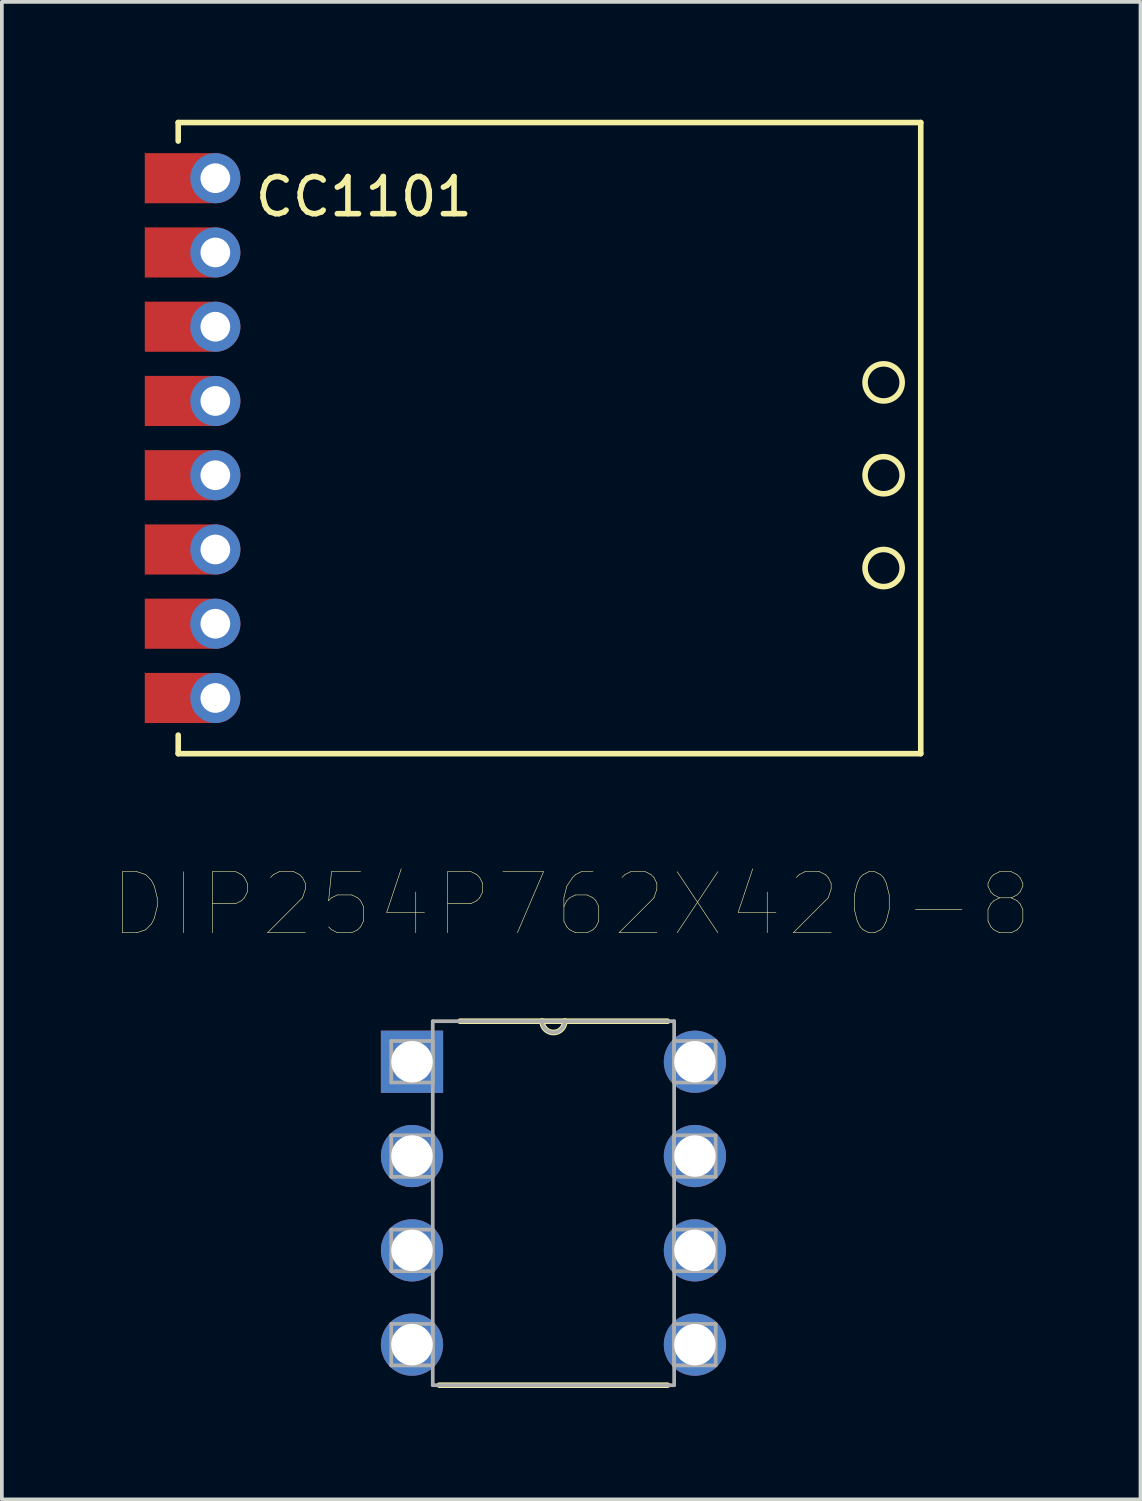
<source format=kicad_pcb>
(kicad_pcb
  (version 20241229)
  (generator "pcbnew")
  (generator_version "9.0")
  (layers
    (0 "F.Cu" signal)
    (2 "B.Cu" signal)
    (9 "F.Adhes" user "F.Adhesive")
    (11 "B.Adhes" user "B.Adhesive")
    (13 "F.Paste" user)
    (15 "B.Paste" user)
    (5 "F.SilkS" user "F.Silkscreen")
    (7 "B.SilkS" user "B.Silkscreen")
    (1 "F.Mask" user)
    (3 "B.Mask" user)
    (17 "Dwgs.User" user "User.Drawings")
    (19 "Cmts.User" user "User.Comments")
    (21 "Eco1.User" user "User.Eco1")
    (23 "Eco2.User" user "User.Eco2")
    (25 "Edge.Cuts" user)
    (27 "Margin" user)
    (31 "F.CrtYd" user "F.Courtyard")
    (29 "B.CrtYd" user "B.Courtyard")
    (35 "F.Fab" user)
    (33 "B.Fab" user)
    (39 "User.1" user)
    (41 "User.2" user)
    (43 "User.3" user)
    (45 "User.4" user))
  (footprint "DIP254P762X420-8"
    (layer "F.Cu")
    (at 15.667 33.168)
    (property "Reference" "DIP254P762X420-8" (at -3.333 -11.856 0) (layer "F.SilkS") (effects (font (size 1.643 1.643) (thickness 0.015))))
    (attr through_hole)
    (fp_line (start -6.883 1.092) (end -0.737 1.092) (stroke (width 0.152) (type solid)) (layer "F.SilkS"))
    (fp_line (start -4.115 -8.712) (end -6.325 -8.712) (stroke (width 0.152) (type solid)) (layer "F.SilkS"))
    (fp_line (start -3.505 -8.712) (end -4.115 -8.712) (stroke (width 0.152) (type solid)) (layer "F.SilkS"))
    (fp_line (start -0.737 -8.712) (end -3.505 -8.712) (stroke (width 0.152) (type solid)) (layer "F.SilkS"))
    (fp_arc (start -3.5052 -8.7122) (mid -3.81 -8.4074) (end -4.1148 -8.7122) (stroke (width 0.1524) (type solid)) (layer "F.SilkS"))
    (fp_line (start -8.179 -8.179) (end -8.179 -7.061) (stroke (width 0.1) (type solid)) (layer "F.Fab"))
    (fp_line (start -8.179 -7.061) (end -7.061 -7.061) (stroke (width 0.1) (type solid)) (layer "F.Fab"))
    (fp_line (start -8.179 -5.639) (end -8.179 -4.521) (stroke (width 0.1) (type solid)) (layer "F.Fab"))
    (fp_line (start -8.179 -4.521) (end -7.061 -4.521) (stroke (width 0.1) (type solid)) (layer "F.Fab"))
    (fp_line (start -8.179 -3.099) (end -8.179 -1.981) (stroke (width 0.1) (type solid)) (layer "F.Fab"))
    (fp_line (start -8.179 -1.981) (end -7.061 -1.981) (stroke (width 0.1) (type solid)) (layer "F.Fab"))
    (fp_line (start -8.179 -0.559) (end -8.179 0.559) (stroke (width 0.1) (type solid)) (layer "F.Fab"))
    (fp_line (start -8.179 0.559) (end -7.061 0.559) (stroke (width 0.1) (type solid)) (layer "F.Fab"))
    (fp_line (start -7.061 -8.712) (end -7.061 1.092) (stroke (width 0.1) (type solid)) (layer "F.Fab"))
    (fp_line (start -7.061 -8.179) (end -8.179 -8.179) (stroke (width 0.1) (type solid)) (layer "F.Fab"))
    (fp_line (start -7.061 -7.061) (end -7.061 -8.179) (stroke (width 0.1) (type solid)) (layer "F.Fab"))
    (fp_line (start -7.061 -5.639) (end -8.179 -5.639) (stroke (width 0.1) (type solid)) (layer "F.Fab"))
    (fp_line (start -7.061 -4.521) (end -7.061 -5.639) (stroke (width 0.1) (type solid)) (layer "F.Fab"))
    (fp_line (start -7.061 -3.099) (end -8.179 -3.099) (stroke (width 0.1) (type solid)) (layer "F.Fab"))
    (fp_line (start -7.061 -1.981) (end -7.061 -3.099) (stroke (width 0.1) (type solid)) (layer "F.Fab"))
    (fp_line (start -7.061 -0.559) (end -8.179 -0.559) (stroke (width 0.1) (type solid)) (layer "F.Fab"))
    (fp_line (start -7.061 0.559) (end -7.061 -0.559) (stroke (width 0.1) (type solid)) (layer "F.Fab"))
    (fp_line (start -7.061 1.092) (end -0.559 1.092) (stroke (width 0.1) (type solid)) (layer "F.Fab"))
    (fp_line (start -4.115 -8.712) (end -7.061 -8.712) (stroke (width 0.1) (type solid)) (layer "F.Fab"))
    (fp_line (start -3.505 -8.712) (end -4.115 -8.712) (stroke (width 0.1) (type solid)) (layer "F.Fab"))
    (fp_line (start -0.559 -8.712) (end -3.505 -8.712) (stroke (width 0.1) (type solid)) (layer "F.Fab"))
    (fp_line (start -0.559 -8.179) (end -0.559 -7.061) (stroke (width 0.1) (type solid)) (layer "F.Fab"))
    (fp_line (start -0.559 -7.061) (end 0.559 -7.061) (stroke (width 0.1) (type solid)) (layer "F.Fab"))
    (fp_line (start -0.559 -5.639) (end -0.559 -4.521) (stroke (width 0.1) (type solid)) (layer "F.Fab"))
    (fp_line (start -0.559 -4.521) (end 0.559 -4.521) (stroke (width 0.1) (type solid)) (layer "F.Fab"))
    (fp_line (start -0.559 -3.099) (end -0.559 -1.981) (stroke (width 0.1) (type solid)) (layer "F.Fab"))
    (fp_line (start -0.559 -1.981) (end 0.559 -1.981) (stroke (width 0.1) (type solid)) (layer "F.Fab"))
    (fp_line (start -0.559 -0.559) (end -0.559 0.559) (stroke (width 0.1) (type solid)) (layer "F.Fab"))
    (fp_line (start -0.559 0.559) (end 0.559 0.559) (stroke (width 0.1) (type solid)) (layer "F.Fab"))
    (fp_line (start -0.559 1.092) (end -0.559 -8.712) (stroke (width 0.1) (type solid)) (layer "F.Fab"))
    (fp_line (start 0.559 -8.179) (end -0.559 -8.179) (stroke (width 0.1) (type solid)) (layer "F.Fab"))
    (fp_line (start 0.559 -7.061) (end 0.559 -8.179) (stroke (width 0.1) (type solid)) (layer "F.Fab"))
    (fp_line (start 0.559 -5.639) (end -0.559 -5.639) (stroke (width 0.1) (type solid)) (layer "F.Fab"))
    (fp_line (start 0.559 -4.521) (end 0.559 -5.639) (stroke (width 0.1) (type solid)) (layer "F.Fab"))
    (fp_line (start 0.559 -3.099) (end -0.559 -3.099) (stroke (width 0.1) (type solid)) (layer "F.Fab"))
    (fp_line (start 0.559 -1.981) (end 0.559 -3.099) (stroke (width 0.1) (type solid)) (layer "F.Fab"))
    (fp_line (start 0.559 -0.559) (end -0.559 -0.559) (stroke (width 0.1) (type solid)) (layer "F.Fab"))
    (fp_line (start 0.559 0.559) (end 0.559 -0.559) (stroke (width 0.1) (type solid)) (layer "F.Fab"))
    (fp_arc (start -3.5052 -8.7122) (mid -3.81 -8.4074) (end -4.1148 -8.7122) (stroke (width 0.1) (type solid)) (layer "F.Fab"))
    (pad "1" thru_hole rect (at -7.62 -7.62) (size 1.676 1.676) (drill 1.118) (layers "*.Cu" "*.Mask"))
    (pad "2" thru_hole circle (at -7.62 -5.08) (size 1.676 1.676) (drill 1.118) (layers "*.Cu" "*.Mask"))
    (pad "3" thru_hole circle (at -7.62 -2.54) (size 1.676 1.676) (drill 1.118) (layers "*.Cu" "*.Mask"))
    (pad "4" thru_hole circle (at -7.62 0) (size 1.676 1.676) (drill 1.118) (layers "*.Cu" "*.Mask"))
    (pad "5" thru_hole circle (at 0 0) (size 1.676 1.676) (drill 1.118) (layers "*.Cu" "*.Mask"))
    (pad "6" thru_hole circle (at 0 -2.54) (size 1.676 1.676) (drill 1.118) (layers "*.Cu" "*.Mask"))
    (pad "7" thru_hole circle (at 0 -5.08) (size 1.676 1.676) (drill 1.118) (layers "*.Cu" "*.Mask"))
    (pad "8" thru_hole circle (at 0 -7.62) (size 1.676 1.676) (drill 1.118) (layers "*.Cu" "*.Mask")))
  (footprint "CC1101"
    (layer "F.Cu")
    (at 0.25 0.25)
    (property "Reference" "CC1101" (at 6.5 2 0) (layer "F.SilkS") (effects (font (size 1 1) (thickness 0.15))))
    (attr through_hole)
    (fp_line (start 1.5 0) (end 1.5 0.5) (stroke (width 0.15) (type solid)) (layer "F.SilkS"))
    (fp_line (start 1.5 0) (end 21.5 0) (stroke (width 0.15) (type solid)) (layer "F.SilkS"))
    (fp_line (start 1.5 17) (end 1.5 16.5) (stroke (width 0.15) (type solid)) (layer "F.SilkS"))
    (fp_line (start 21.5 0) (end 21.5 17) (stroke (width 0.15) (type solid)) (layer "F.SilkS"))
    (fp_line (start 21.5 17) (end 1.5 17) (stroke (width 0.15) (type solid)) (layer "F.SilkS"))
    (fp_circle (center 20.5 7) (end 20.5 7.5) (stroke (width 0.15) (type solid)) (fill no) (layer "F.SilkS"))
    (fp_circle (center 20.5 9.5) (end 21 9.5) (stroke (width 0.15) (type solid)) (fill no) (layer "F.SilkS"))
    (fp_circle (center 20.5 12) (end 20.5 12.5) (stroke (width 0.15) (type solid)) (fill no) (layer "F.SilkS"))
    (pad "1" connect rect (at 1.5 1.5) (size 1.8 1.35) (layers "F.Cu" "F.Mask"))
    (pad "1" thru_hole circle (at 2.5 1.5) (size 1.35 1.35) (drill 0.8) (layers "*.Cu" "*.Mask"))
    (pad "2" connect rect (at 1.5 3.5) (size 1.8 1.35) (layers "F.Cu" "F.Mask"))
    (pad "2" thru_hole circle (at 2.5 3.5) (size 1.35 1.35) (drill 0.8) (layers "*.Cu" "*.Mask"))
    (pad "3" connect rect (at 1.5 5.5) (size 1.8 1.35) (layers "F.Cu" "F.Mask"))
    (pad "3" thru_hole circle (at 2.5 5.5) (size 1.35 1.35) (drill 0.8) (layers "*.Cu" "*.Mask"))
    (pad "4" connect rect (at 1.5 7.5) (size 1.8 1.35) (layers "F.Cu" "F.Mask"))
    (pad "4" thru_hole circle (at 2.5 7.5) (size 1.35 1.35) (drill 0.8) (layers "*.Cu" "*.Mask"))
    (pad "5" connect rect (at 1.5 9.5) (size 1.8 1.35) (layers "F.Cu" "F.Mask"))
    (pad "5" thru_hole circle (at 2.5 9.5) (size 1.35 1.35) (drill 0.8) (layers "*.Cu" "*.Mask"))
    (pad "6" connect rect (at 1.5 11.5) (size 1.8 1.35) (layers "F.Cu" "F.Mask"))
    (pad "6" thru_hole circle (at 2.5 11.5) (size 1.35 1.35) (drill 0.8) (layers "*.Cu" "*.Mask"))
    (pad "7" connect rect (at 1.5 13.5) (size 1.8 1.35) (layers "F.Cu" "F.Mask"))
    (pad "7" thru_hole circle (at 2.5 13.5) (size 1.35 1.35) (drill 0.8) (layers "*.Cu" "*.Mask"))
    (pad "8" connect rect (at 1.5 15.5) (size 1.8 1.35) (layers "F.Cu" "F.Mask"))
    (pad "8" thru_hole circle (at 2.5 15.5) (size 1.35 1.35) (drill 0.8) (layers "*.Cu" "*.Mask")))
  (gr_rect
    (start -3 -3)
    (end 27.669 37.336)
    (stroke (width 0.1) (type default))
    (fill no)
    (layer "Edge.Cuts")))
</source>
